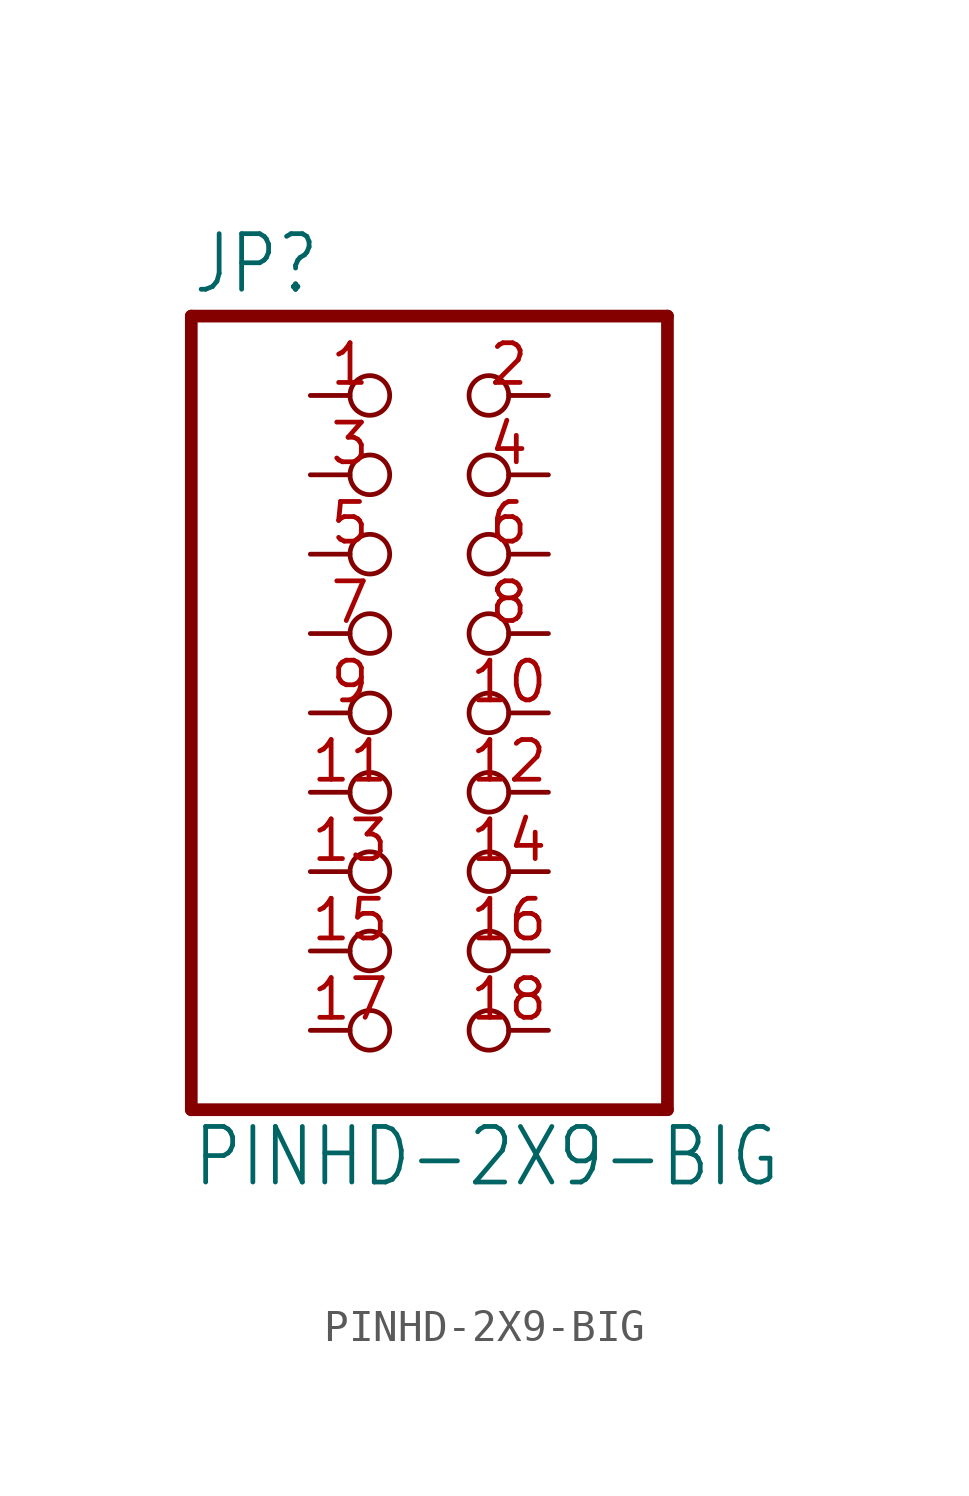
<source format=kicad_sym>
(kicad_symbol_lib
  (version 20211014)
  (generator kicad_symbol_editor)
  (symbol "PINHD-2X9-BIG"
    (property "Reference" "JP"
      (at -6.35 13.335 0)
      (effects (font (size 1.778 1.511)) (justify left bottom)))
    (property "Value" "PINHD-2X9-BIG"
      (at -6.35 -15.24 0)
      (effects (font (size 1.778 1.511)) (justify left bottom)))
    (property "ki_locked" ""
      (at 0 0 0)
      (effects (font (size 1.27 1.27))))
    (symbol "PINHD-2X9-BIG_1_0"
      (polyline (pts (xy -6.35 -12.7) (xy 8.89 -12.7)) (stroke (width 0.406) (type default) (color 0 0 0 0)) (fill (type none)))
      (polyline (pts (xy -6.35 12.7) (xy -6.35 -12.7)) (stroke (width 0.406) (type default) (color 0 0 0 0)) (fill (type none)))
      (polyline (pts (xy 8.89 -12.7) (xy 8.89 12.7)) (stroke (width 0.406) (type default) (color 0 0 0 0)) (fill (type none)))
      (polyline (pts (xy 8.89 12.7) (xy -6.35 12.7)) (stroke (width 0.406) (type default) (color 0 0 0 0)) (fill (type none)))
      (pin passive inverted (at -2.54 10.16 0) (length 2.54) (name "1" (effects (font (size 0 0)))) (number "1" (effects (font (size 1.27 1.27)))))
      (pin passive inverted (at 5.08 0 180) (length 2.54) (name "10" (effects (font (size 0 0)))) (number "10" (effects (font (size 1.27 1.27)))))
      (pin passive inverted (at -2.54 -2.54 0) (length 2.54) (name "11" (effects (font (size 0 0)))) (number "11" (effects (font (size 1.27 1.27)))))
      (pin passive inverted (at 5.08 -2.54 180) (length 2.54) (name "12" (effects (font (size 0 0)))) (number "12" (effects (font (size 1.27 1.27)))))
      (pin passive inverted (at -2.54 -5.08 0) (length 2.54) (name "13" (effects (font (size 0 0)))) (number "13" (effects (font (size 1.27 1.27)))))
      (pin passive inverted (at 5.08 -5.08 180) (length 2.54) (name "14" (effects (font (size 0 0)))) (number "14" (effects (font (size 1.27 1.27)))))
      (pin passive inverted (at -2.54 -7.62 0) (length 2.54) (name "15" (effects (font (size 0 0)))) (number "15" (effects (font (size 1.27 1.27)))))
      (pin passive inverted (at 5.08 -7.62 180) (length 2.54) (name "16" (effects (font (size 0 0)))) (number "16" (effects (font (size 1.27 1.27)))))
      (pin passive inverted (at -2.54 -10.16 0) (length 2.54) (name "17" (effects (font (size 0 0)))) (number "17" (effects (font (size 1.27 1.27)))))
      (pin passive inverted (at 5.08 -10.16 180) (length 2.54) (name "18" (effects (font (size 0 0)))) (number "18" (effects (font (size 1.27 1.27)))))
      (pin passive inverted (at 5.08 10.16 180) (length 2.54) (name "2" (effects (font (size 0 0)))) (number "2" (effects (font (size 1.27 1.27)))))
      (pin passive inverted (at -2.54 7.62 0) (length 2.54) (name "3" (effects (font (size 0 0)))) (number "3" (effects (font (size 1.27 1.27)))))
      (pin passive inverted (at 5.08 7.62 180) (length 2.54) (name "4" (effects (font (size 0 0)))) (number "4" (effects (font (size 1.27 1.27)))))
      (pin passive inverted (at -2.54 5.08 0) (length 2.54) (name "5" (effects (font (size 0 0)))) (number "5" (effects (font (size 1.27 1.27)))))
      (pin passive inverted (at 5.08 5.08 180) (length 2.54) (name "6" (effects (font (size 0 0)))) (number "6" (effects (font (size 1.27 1.27)))))
      (pin passive inverted (at -2.54 2.54 0) (length 2.54) (name "7" (effects (font (size 0 0)))) (number "7" (effects (font (size 1.27 1.27)))))
      (pin passive inverted (at 5.08 2.54 180) (length 2.54) (name "8" (effects (font (size 0 0)))) (number "8" (effects (font (size 1.27 1.27)))))
      (pin passive inverted (at -2.54 0 0) (length 2.54) (name "9" (effects (font (size 0 0)))) (number "9" (effects (font (size 1.27 1.27))))))))
</source>
